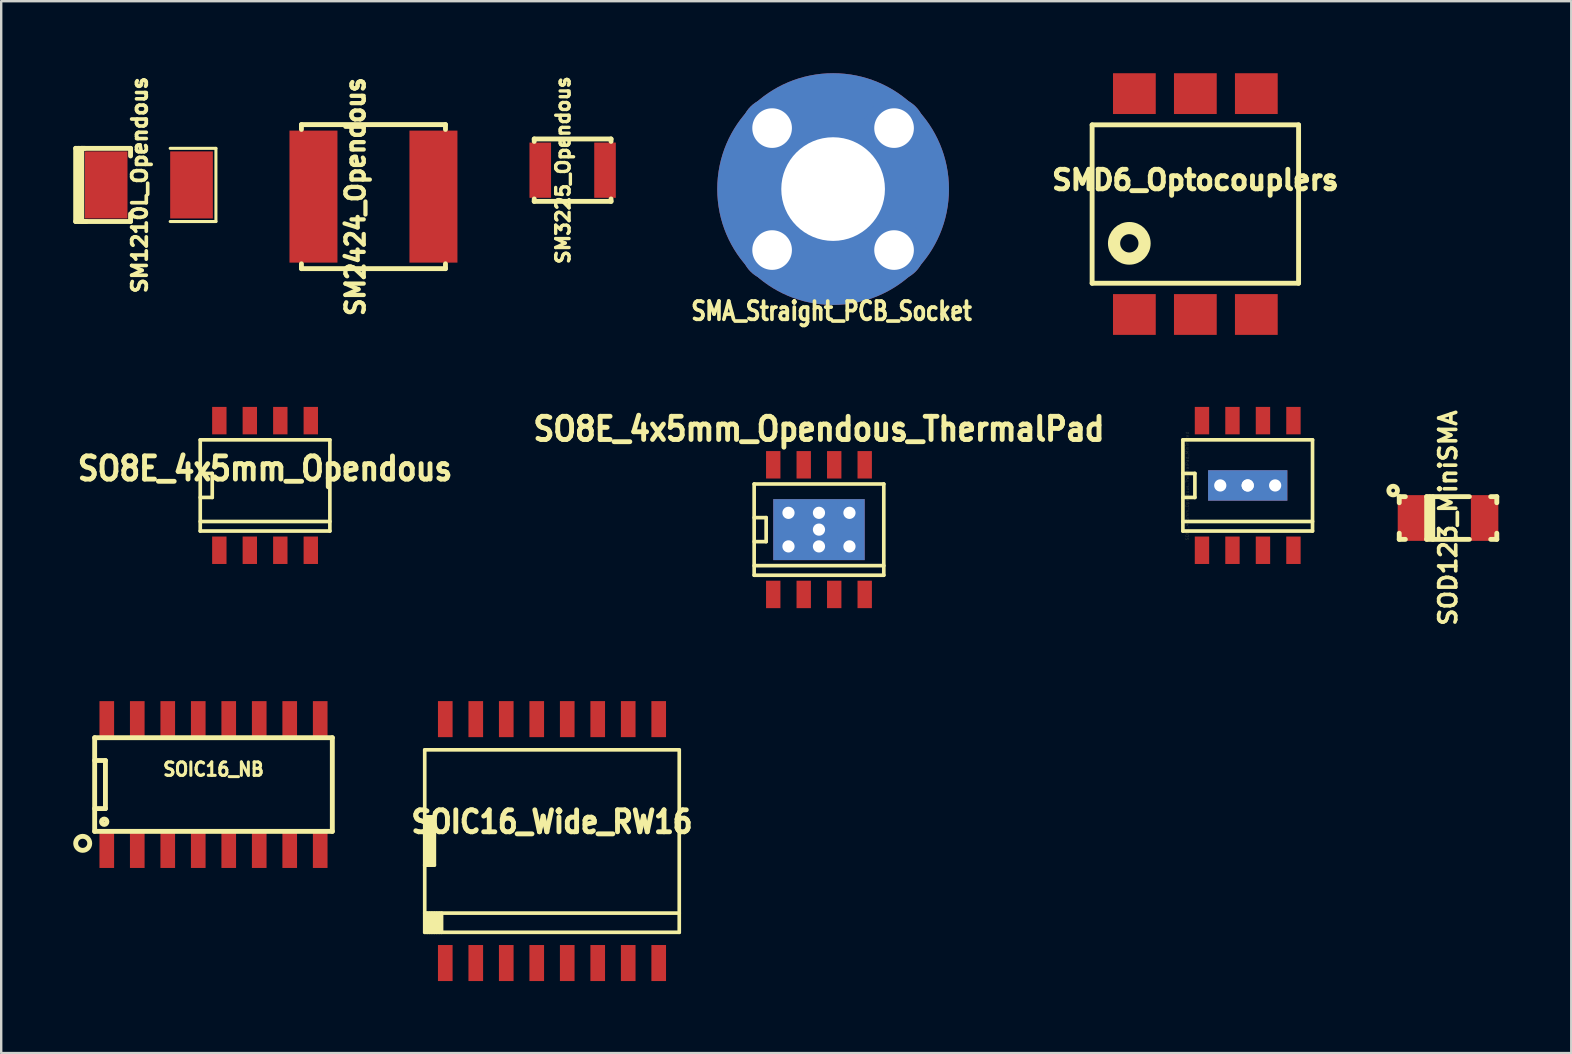
<source format=kicad_pcb>
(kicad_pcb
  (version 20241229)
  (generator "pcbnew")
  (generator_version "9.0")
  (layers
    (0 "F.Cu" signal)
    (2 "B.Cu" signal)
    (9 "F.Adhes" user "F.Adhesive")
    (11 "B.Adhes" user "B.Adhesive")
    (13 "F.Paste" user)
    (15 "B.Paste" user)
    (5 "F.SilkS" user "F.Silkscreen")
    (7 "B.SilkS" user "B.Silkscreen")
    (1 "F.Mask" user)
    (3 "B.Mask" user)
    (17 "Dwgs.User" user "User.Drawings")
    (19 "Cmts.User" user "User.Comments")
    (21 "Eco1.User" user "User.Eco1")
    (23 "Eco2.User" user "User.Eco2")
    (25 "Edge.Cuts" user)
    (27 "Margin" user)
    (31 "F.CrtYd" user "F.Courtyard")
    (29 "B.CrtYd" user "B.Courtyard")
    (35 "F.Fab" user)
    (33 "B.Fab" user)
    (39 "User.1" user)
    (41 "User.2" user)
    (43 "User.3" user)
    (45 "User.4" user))
  (footprint "SMA_Straight_PCB_Socket"
    (layer "F.Cu")
    (at 31.589 4.826)
    (property "Reference" "SMA_Straight_PCB_Socket" (at 0 5.08 0) (layer "F.SilkS") (effects (font (size 0.762 0.61) (thickness 0.203))))
    (attr through_hole)
    (pad "1" thru_hole circle (at 0.064 0) (size 2.54 2.54) (drill 1.651) (layers "*.Cu" "*.Mask" "F.SilkS"))
    (pad "2" thru_hole circle (at -2.477 -2.54) (size 2.54 2.54) (drill 1.651) (layers "*.Cu" "*.Mask"))
    (pad "2" thru_hole circle (at -2.477 2.54) (size 2.54 2.54) (drill 1.651) (layers "*.Cu" "*.Mask"))
    (pad "2" thru_hole circle (at 0.064 0) (size 9.652 9.652) (drill 4.318) (layers "B.Cu"))
    (pad "2" thru_hole circle (at 2.603 -2.54) (size 2.54 2.54) (drill 1.651) (layers "*.Cu" "*.Mask"))
    (pad "2" thru_hole circle (at 2.603 2.54) (size 2.54 2.54) (drill 1.651) (layers "*.Cu" "*.Mask")))
  (footprint "SOIC16_NB"
    (layer "F.Cu")
    (at 5.843 29.63)
    (property "Reference" "SOIC16_NB" (at 0 -0.635 0) (layer "F.SilkS") (effects (font (size 0.559 0.508) (thickness 0.203))))
    (attr smd)
    (fp_line (start -4.95 -1.951) (end -4.95 1.951) (stroke (width 0.203) (type solid)) (layer "F.SilkS"))
    (fp_line (start -4.95 -1.951) (end 4.95 -1.951) (stroke (width 0.203) (type solid)) (layer "F.SilkS"))
    (fp_line (start -4.95 -1.001) (end -4.501 -1.001) (stroke (width 0.203) (type solid)) (layer "F.SilkS"))
    (fp_line (start -4.501 -1.001) (end -4.501 1.001) (stroke (width 0.203) (type solid)) (layer "F.SilkS"))
    (fp_line (start -4.501 1.001) (end -4.95 1.001) (stroke (width 0.203) (type solid)) (layer "F.SilkS"))
    (fp_line (start 4.95 -1.951) (end 4.95 1.951) (stroke (width 0.203) (type solid)) (layer "F.SilkS"))
    (fp_line (start 4.95 1.951) (end -4.95 1.951) (stroke (width 0.203) (type solid)) (layer "F.SilkS"))
    (fp_circle (center -5.448 2.449) (end -5.7 2.598) (stroke (width 0.203) (type solid)) (fill no) (layer "F.SilkS"))
    (fp_circle (center -4.552 1.549) (end -4.45 1.501) (stroke (width 0.203) (type solid)) (fill no) (layer "F.SilkS"))
    (pad "1" smd rect (at -4.445 2.7) (size 0.61 1.549) (layers "F.Cu" "F.Mask" "F.Paste"))
    (pad "2" smd rect (at -3.175 2.7) (size 0.61 1.549) (layers "F.Cu" "F.Mask" "F.Paste"))
    (pad "3" smd rect (at -1.905 2.7) (size 0.61 1.549) (layers "F.Cu" "F.Mask" "F.Paste"))
    (pad "4" smd rect (at -0.635 2.7) (size 0.61 1.549) (layers "F.Cu" "F.Mask" "F.Paste"))
    (pad "5" smd rect (at 0.635 2.7) (size 0.61 1.549) (layers "F.Cu" "F.Mask" "F.Paste"))
    (pad "6" smd rect (at 1.905 2.7) (size 0.61 1.549) (layers "F.Cu" "F.Mask" "F.Paste"))
    (pad "7" smd rect (at 3.175 2.7) (size 0.61 1.549) (layers "F.Cu" "F.Mask" "F.Paste"))
    (pad "8" smd rect (at 4.445 2.7) (size 0.61 1.549) (layers "F.Cu" "F.Mask" "F.Paste"))
    (pad "9" smd rect (at 4.445 -2.7) (size 0.61 1.549) (layers "F.Cu" "F.Mask" "F.Paste"))
    (pad "10" smd rect (at 3.175 -2.7) (size 0.61 1.549) (layers "F.Cu" "F.Mask" "F.Paste"))
    (pad "11" smd rect (at 1.905 -2.7) (size 0.61 1.549) (layers "F.Cu" "F.Mask" "F.Paste"))
    (pad "12" smd rect (at 0.635 -2.7) (size 0.61 1.549) (layers "F.Cu" "F.Mask" "F.Paste"))
    (pad "13" smd rect (at -0.635 -2.7) (size 0.61 1.549) (layers "F.Cu" "F.Mask" "F.Paste"))
    (pad "14" smd rect (at -1.905 -2.7) (size 0.61 1.549) (layers "F.Cu" "F.Mask" "F.Paste"))
    (pad "15" smd rect (at -3.175 -2.7) (size 0.61 1.549) (layers "F.Cu" "F.Mask" "F.Paste"))
    (pad "16" smd rect (at -4.445 -2.7) (size 0.61 1.549) (layers "F.Cu" "F.Mask" "F.Paste")))
  (footprint "SO8E_4x5mm_Opendous_ThermalPad_Minimized"
    (layer "F.Cu")
    (at 48.923 17.171)
    (property "Reference" "SO8E_4x5mm_Opendous_ThermalPad_Minimized" (at -2.517 0.023 90) (layer "F.SilkS") (effects (font (size 0.127 0.127) (thickness 0.003))))
    (attr smd)
    (fp_line (start -2.7 -1.9) (end -2.7 1.9) (stroke (width 0.152) (type solid)) (layer "F.SilkS"))
    (fp_line (start -2.7 -0.5) (end -2.2 -0.5) (stroke (width 0.152) (type solid)) (layer "F.SilkS"))
    (fp_line (start -2.7 1.501) (end 2.7 1.501) (stroke (width 0.152) (type solid)) (layer "F.SilkS"))
    (fp_line (start -2.7 1.9) (end 2.7 1.9) (stroke (width 0.152) (type solid)) (layer "F.SilkS"))
    (fp_line (start -2.2 -0.5) (end -2.2 0.5) (stroke (width 0.152) (type solid)) (layer "F.SilkS"))
    (fp_line (start -2.2 0.5) (end -2.7 0.5) (stroke (width 0.152) (type solid)) (layer "F.SilkS"))
    (fp_line (start 2.7 -1.9) (end -2.7 -1.9) (stroke (width 0.152) (type solid)) (layer "F.SilkS"))
    (fp_line (start 2.7 -1.9) (end 2.7 1.9) (stroke (width 0.152) (type solid)) (layer "F.SilkS"))
    (pad "1" smd rect (at -1.905 2.7) (size 0.599 1.143) (layers "F.Cu" "F.Mask" "F.Paste"))
    (pad "2" smd rect (at -0.635 2.7) (size 0.599 1.143) (layers "F.Cu" "F.Mask" "F.Paste"))
    (pad "3" smd rect (at 0.635 2.7) (size 0.599 1.143) (layers "F.Cu" "F.Mask" "F.Paste"))
    (pad "4" thru_hole rect (at -1.143 0) (size 0.914 0.914) (drill 0.508) (layers "*.Cu" "F.Mask" "F.Paste"))
    (pad "4" thru_hole rect (at 0 0) (size 0.914 0.914) (drill 0.508) (layers "*.Cu" "F.Mask" "F.Paste"))
    (pad "4" thru_hole rect (at 0 0) (size 3.302 1.27) (drill 0.508) (layers "*.Cu" "F.Mask"))
    (pad "4" thru_hole rect (at 1.143 0) (size 0.914 0.914) (drill 0.508) (layers "*.Cu" "F.Mask" "F.Paste"))
    (pad "4" smd rect (at 1.905 2.7) (size 0.599 1.143) (layers "F.Cu" "F.Mask" "F.Paste"))
    (pad "5" smd rect (at 1.905 -2.7) (size 0.599 1.143) (layers "F.Cu" "F.Mask" "F.Paste"))
    (pad "6" smd rect (at 0.635 -2.7) (size 0.599 1.143) (layers "F.Cu" "F.Mask" "F.Paste"))
    (pad "7" smd rect (at -0.635 -2.7) (size 0.599 1.143) (layers "F.Cu" "F.Mask" "F.Paste"))
    (pad "8" smd rect (at -1.905 -2.7) (size 0.599 1.143) (layers "F.Cu" "F.Mask" "F.Paste")))
  (footprint "SO8E_4x5mm_Opendous"
    (layer "F.Cu")
    (at 7.991 17.171)
    (property "Reference" "SO8E_4x5mm_Opendous" (at 0 -0.701 0) (layer "F.SilkS") (effects (font (size 0.965 0.864) (thickness 0.203))))
    (attr smd)
    (fp_line (start -2.7 -1.9) (end -2.7 1.9) (stroke (width 0.152) (type solid)) (layer "F.SilkS"))
    (fp_line (start -2.7 -0.5) (end -2.2 -0.5) (stroke (width 0.152) (type solid)) (layer "F.SilkS"))
    (fp_line (start -2.7 1.501) (end 2.7 1.501) (stroke (width 0.152) (type solid)) (layer "F.SilkS"))
    (fp_line (start -2.7 1.9) (end 2.7 1.9) (stroke (width 0.152) (type solid)) (layer "F.SilkS"))
    (fp_line (start -2.2 -0.5) (end -2.2 0.5) (stroke (width 0.152) (type solid)) (layer "F.SilkS"))
    (fp_line (start -2.2 0.5) (end -2.7 0.5) (stroke (width 0.152) (type solid)) (layer "F.SilkS"))
    (fp_line (start 2.7 -1.9) (end -2.7 -1.9) (stroke (width 0.152) (type solid)) (layer "F.SilkS"))
    (fp_line (start 2.7 -1.9) (end 2.7 1.9) (stroke (width 0.152) (type solid)) (layer "F.SilkS"))
    (pad "1" smd rect (at -1.905 2.7) (size 0.599 1.143) (layers "F.Cu" "F.Mask" "F.Paste"))
    (pad "2" smd rect (at -0.635 2.7) (size 0.599 1.143) (layers "F.Cu" "F.Mask" "F.Paste"))
    (pad "3" smd rect (at 0.635 2.7) (size 0.599 1.143) (layers "F.Cu" "F.Mask" "F.Paste"))
    (pad "4" smd rect (at 1.905 2.7) (size 0.599 1.143) (layers "F.Cu" "F.Mask" "F.Paste"))
    (pad "5" smd rect (at 1.905 -2.7) (size 0.599 1.143) (layers "F.Cu" "F.Mask" "F.Paste"))
    (pad "6" smd rect (at 0.635 -2.7) (size 0.599 1.143) (layers "F.Cu" "F.Mask" "F.Paste"))
    (pad "7" smd rect (at -0.635 -2.7) (size 0.599 1.143) (layers "F.Cu" "F.Mask" "F.Paste"))
    (pad "8" smd rect (at -1.905 -2.7) (size 0.599 1.143) (layers "F.Cu" "F.Mask" "F.Paste")))
  (footprint "SO8E_4x5mm_Opendous_ThermalPad"
    (layer "F.Cu")
    (at 31.064 19.011)
    (property "Reference" "SO8E_4x5mm_Opendous_ThermalPad" (at 0 -4.191 0) (layer "F.SilkS") (effects (font (size 0.965 0.864) (thickness 0.203))))
    (attr smd)
    (fp_line (start -2.7 -1.9) (end -2.7 1.9) (stroke (width 0.152) (type solid)) (layer "F.SilkS"))
    (fp_line (start -2.7 -0.5) (end -2.2 -0.5) (stroke (width 0.152) (type solid)) (layer "F.SilkS"))
    (fp_line (start -2.7 1.501) (end 2.7 1.501) (stroke (width 0.152) (type solid)) (layer "F.SilkS"))
    (fp_line (start -2.7 1.9) (end 2.7 1.9) (stroke (width 0.152) (type solid)) (layer "F.SilkS"))
    (fp_line (start -2.2 -0.5) (end -2.2 0.5) (stroke (width 0.152) (type solid)) (layer "F.SilkS"))
    (fp_line (start -2.2 0.5) (end -2.7 0.5) (stroke (width 0.152) (type solid)) (layer "F.SilkS"))
    (fp_line (start 2.7 -1.9) (end -2.7 -1.9) (stroke (width 0.152) (type solid)) (layer "F.SilkS"))
    (fp_line (start 2.7 -1.9) (end 2.7 1.9) (stroke (width 0.152) (type solid)) (layer "F.SilkS"))
    (pad "1" smd rect (at -1.905 2.7) (size 0.599 1.143) (layers "F.Cu" "F.Mask" "F.Paste"))
    (pad "2" smd rect (at -0.635 2.7) (size 0.599 1.143) (layers "F.Cu" "F.Mask" "F.Paste"))
    (pad "3" smd rect (at 0.635 2.7) (size 0.599 1.143) (layers "F.Cu" "F.Mask" "F.Paste"))
    (pad "4" thru_hole rect (at -1.27 -0.699) (size 1.016 1.016) (drill 0.508) (layers "*.Cu" "F.Mask"))
    (pad "4" thru_hole rect (at -1.27 0.699) (size 1.016 1.016) (drill 0.508) (layers "*.Cu" "F.Mask"))
    (pad "4" thru_hole rect (at 0 -0.699) (size 1.016 1.016) (drill 0.508) (layers "*.Cu" "F.Mask"))
    (pad "4" thru_hole rect (at 0 0) (size 3.81 2.54) (drill 0.508) (layers "*.Cu" "F.Mask"))
    (pad "4" thru_hole rect (at 0 0.699) (size 1.016 1.016) (drill 0.508) (layers "*.Cu" "F.Mask"))
    (pad "4" thru_hole rect (at 1.27 -0.699) (size 1.016 1.016) (drill 0.508) (layers "*.Cu" "F.Mask"))
    (pad "4" thru_hole rect (at 1.27 0.699) (size 1.016 1.016) (drill 0.508) (layers "*.Cu" "F.Mask"))
    (pad "4" smd rect (at 1.905 2.7) (size 0.599 1.143) (layers "F.Cu" "F.Mask" "F.Paste"))
    (pad "5" smd rect (at 1.905 -2.7) (size 0.599 1.143) (layers "F.Cu" "F.Mask" "F.Paste"))
    (pad "6" smd rect (at 0.635 -2.7) (size 0.599 1.143) (layers "F.Cu" "F.Mask" "F.Paste"))
    (pad "7" smd rect (at -0.635 -2.7) (size 0.599 1.143) (layers "F.Cu" "F.Mask" "F.Paste"))
    (pad "8" smd rect (at -1.905 -2.7) (size 0.599 1.143) (layers "F.Cu" "F.Mask" "F.Paste")))
  (footprint "SM2424_Opendous"
    (layer "F.Cu")
    (at 12.506 5.14)
    (property "Reference" "SM2424_Opendous" (at -0.749 0 90) (layer "F.SilkS") (effects (font (size 0.762 0.711) (thickness 0.178))))
    (attr smd)
    (fp_line (start -3 -3) (end -3 -2.799) (stroke (width 0.203) (type solid)) (layer "F.SilkS"))
    (fp_line (start -3 3) (end -3 2.799) (stroke (width 0.203) (type solid)) (layer "F.SilkS"))
    (fp_line (start -3 3) (end 3 3) (stroke (width 0.203) (type solid)) (layer "F.SilkS"))
    (fp_line (start 3 -3) (end -3 -3) (stroke (width 0.203) (type solid)) (layer "F.SilkS"))
    (fp_line (start 3 -3) (end 3 -2.799) (stroke (width 0.203) (type solid)) (layer "F.SilkS"))
    (fp_line (start 3 3) (end 3 2.799) (stroke (width 0.203) (type solid)) (layer "F.SilkS"))
    (pad "1" smd rect (at -2.499 0) (size 1.999 5.499) (layers "F.Cu" "F.Mask" "F.Paste"))
    (pad "2" smd rect (at 2.499 0) (size 1.999 5.499) (layers "F.Cu" "F.Mask" "F.Paste")))
  (footprint "SOIC16_Wide_RW16"
    (layer "F.Cu")
    (at 19.943 31.985)
    (property "Reference" "SOIC16_Wide_RW16" (at 0 -0.8 0) (layer "F.SilkS") (effects (font (size 0.914 0.813) (thickness 0.203))))
    (attr smd)
    (fp_line (start -5.301 -3.8) (end -5.301 3.8) (stroke (width 0.152) (type solid)) (layer "F.SilkS"))
    (fp_line (start -5.301 -1.001) (end -5.001 -1.001) (stroke (width 0.152) (type solid)) (layer "F.SilkS"))
    (fp_line (start -5.301 3) (end 5.301 3) (stroke (width 0.152) (type solid)) (layer "F.SilkS"))
    (fp_line (start -5.301 3.8) (end 5.301 3.8) (stroke (width 0.152) (type solid)) (layer "F.SilkS"))
    (fp_line (start -5.199 1.001) (end -5.199 -1.001) (stroke (width 0.152) (type solid)) (layer "F.SilkS"))
    (fp_line (start -5.199 3) (end -5.199 3.8) (stroke (width 0.152) (type solid)) (layer "F.SilkS"))
    (fp_line (start -5.1 -1.001) (end -5.1 1.001) (stroke (width 0.152) (type solid)) (layer "F.SilkS"))
    (fp_line (start -5.1 3) (end -5.1 3.8) (stroke (width 0.152) (type solid)) (layer "F.SilkS"))
    (fp_line (start -5.001 -1.001) (end -5.001 1.001) (stroke (width 0.152) (type solid)) (layer "F.SilkS"))
    (fp_line (start -5.001 1.001) (end -5.301 1.001) (stroke (width 0.152) (type solid)) (layer "F.SilkS"))
    (fp_line (start -5.001 3) (end -5.001 3.8) (stroke (width 0.152) (type solid)) (layer "F.SilkS"))
    (fp_line (start -4.9 -1.001) (end -5.301 -1.001) (stroke (width 0.152) (type solid)) (layer "F.SilkS"))
    (fp_line (start -4.9 -1.001) (end -4.9 1.001) (stroke (width 0.152) (type solid)) (layer "F.SilkS"))
    (fp_line (start -4.9 1.001) (end -5.301 1.001) (stroke (width 0.152) (type solid)) (layer "F.SilkS"))
    (fp_line (start -4.9 3) (end -4.9 3.8) (stroke (width 0.152) (type solid)) (layer "F.SilkS"))
    (fp_line (start -4.801 3.8) (end -4.801 3) (stroke (width 0.152) (type solid)) (layer "F.SilkS"))
    (fp_line (start -4.699 3) (end -4.699 3.8) (stroke (width 0.152) (type solid)) (layer "F.SilkS"))
    (fp_line (start -4.6 3) (end -4.6 3.8) (stroke (width 0.152) (type solid)) (layer "F.SilkS"))
    (fp_line (start 5.301 -3.8) (end -5.301 -3.8) (stroke (width 0.152) (type solid)) (layer "F.SilkS"))
    (fp_line (start 5.301 3.8) (end 5.301 -3.8) (stroke (width 0.152) (type solid)) (layer "F.SilkS"))
    (pad "1" smd rect (at -4.445 5.08) (size 0.61 1.501) (layers "F.Cu" "F.Mask" "F.Paste"))
    (pad "2" smd rect (at -3.175 5.08) (size 0.61 1.501) (layers "F.Cu" "F.Mask" "F.Paste"))
    (pad "3" smd rect (at -1.905 5.08) (size 0.61 1.501) (layers "F.Cu" "F.Mask" "F.Paste"))
    (pad "4" smd rect (at -0.635 5.08) (size 0.61 1.501) (layers "F.Cu" "F.Mask" "F.Paste"))
    (pad "5" smd rect (at 0.635 5.08) (size 0.61 1.501) (layers "F.Cu" "F.Mask" "F.Paste"))
    (pad "6" smd rect (at 1.905 5.08) (size 0.61 1.501) (layers "F.Cu" "F.Mask" "F.Paste"))
    (pad "7" smd rect (at 3.175 5.08) (size 0.61 1.501) (layers "F.Cu" "F.Mask" "F.Paste"))
    (pad "8" smd rect (at 4.445 5.08) (size 0.61 1.501) (layers "F.Cu" "F.Mask" "F.Paste"))
    (pad "9" smd rect (at 4.445 -5.08) (size 0.61 1.501) (layers "F.Cu" "F.Mask" "F.Paste"))
    (pad "10" smd rect (at 3.175 -5.08) (size 0.61 1.501) (layers "F.Cu" "F.Mask" "F.Paste"))
    (pad "11" smd rect (at 1.905 -5.08) (size 0.61 1.501) (layers "F.Cu" "F.Mask" "F.Paste"))
    (pad "12" smd rect (at 0.635 -5.08) (size 0.61 1.501) (layers "F.Cu" "F.Mask" "F.Paste"))
    (pad "13" smd rect (at -0.635 -5.08) (size 0.61 1.501) (layers "F.Cu" "F.Mask" "F.Paste"))
    (pad "14" smd rect (at -1.905 -5.08) (size 0.61 1.501) (layers "F.Cu" "F.Mask" "F.Paste"))
    (pad "15" smd rect (at -3.175 -5.08) (size 0.61 1.501) (layers "F.Cu" "F.Mask" "F.Paste"))
    (pad "16" smd rect (at -4.445 -5.08) (size 0.61 1.501) (layers "F.Cu" "F.Mask" "F.Paste")))
  (footprint "SOD123_MiniSMA"
    (layer "F.Cu")
    (at 57.267 18.527)
    (property "Reference" "SOD123_MiniSMA" (at 0 0 90) (layer "F.SilkS") (effects (font (size 0.711 0.711) (thickness 0.152))))
    (attr smd)
    (fp_line (start -2.032 -0.889) (end -2.032 -0.635) (stroke (width 0.203) (type solid)) (layer "F.SilkS"))
    (fp_line (start -2.032 -0.889) (end -1.778 -0.889) (stroke (width 0.203) (type solid)) (layer "F.SilkS"))
    (fp_line (start -2.032 0.635) (end -2.032 0.889) (stroke (width 0.203) (type solid)) (layer "F.SilkS"))
    (fp_line (start -2.032 0.889) (end -1.778 0.889) (stroke (width 0.203) (type solid)) (layer "F.SilkS"))
    (fp_line (start -0.889 -0.889) (end -0.889 0.889) (stroke (width 0.203) (type solid)) (layer "F.SilkS"))
    (fp_line (start -0.889 0.889) (end 0.889 0.889) (stroke (width 0.203) (type solid)) (layer "F.SilkS"))
    (fp_line (start -0.762 0.762) (end -0.762 -0.889) (stroke (width 0.203) (type solid)) (layer "F.SilkS"))
    (fp_line (start -0.635 -0.889) (end -0.635 0.889) (stroke (width 0.203) (type solid)) (layer "F.SilkS"))
    (fp_line (start 0.889 -0.889) (end -0.889 -0.889) (stroke (width 0.203) (type solid)) (layer "F.SilkS"))
    (fp_line (start 2.032 -0.889) (end 1.778 -0.889) (stroke (width 0.203) (type solid)) (layer "F.SilkS"))
    (fp_line (start 2.032 -0.635) (end 2.032 -0.889) (stroke (width 0.203) (type solid)) (layer "F.SilkS"))
    (fp_line (start 2.032 0.635) (end 2.032 0.889) (stroke (width 0.203) (type solid)) (layer "F.SilkS"))
    (fp_line (start 2.032 0.889) (end 1.778 0.889) (stroke (width 0.203) (type solid)) (layer "F.SilkS"))
    (fp_circle (center -2.286 -1.143) (end -2.413 -1.27) (stroke (width 0.203) (type solid)) (fill no) (layer "F.SilkS"))
    (pad "1" smd rect (at -1.524 0) (size 1.143 1.905) (layers "F.Cu" "F.Mask" "F.Paste"))
    (pad "2" smd rect (at 1.524 0) (size 1.143 1.905) (layers "F.Cu" "F.Mask" "F.Paste")))
  (footprint "SM3225_Opendous"
    (layer "F.Cu")
    (at 20.803 4.039)
    (property "Reference" "SM3225_Opendous" (at -0.399 0 90) (layer "F.SilkS") (effects (font (size 0.559 0.559) (thickness 0.14))))
    (attr through_hole)
    (fp_line (start -1.6 -1.3) (end -1.6 -1.199) (stroke (width 0.203) (type solid)) (layer "F.SilkS"))
    (fp_line (start -1.6 1.3) (end -1.6 1.199) (stroke (width 0.203) (type solid)) (layer "F.SilkS"))
    (fp_line (start -1.6 1.3) (end 1.6 1.3) (stroke (width 0.203) (type solid)) (layer "F.SilkS"))
    (fp_line (start 1.6 -1.3) (end -1.6 -1.3) (stroke (width 0.203) (type solid)) (layer "F.SilkS"))
    (fp_line (start 1.6 -1.3) (end 1.6 -1.199) (stroke (width 0.203) (type solid)) (layer "F.SilkS"))
    (fp_line (start 1.6 1.3) (end 1.6 1.199) (stroke (width 0.203) (type solid)) (layer "F.SilkS"))
    (pad "1" smd rect (at -1.349 0) (size 0.899 2.301) (layers "F.Cu" "F.Mask"))
    (pad "2" smd rect (at 1.349 0) (size 0.899 2.301) (layers "F.Cu" "F.Mask")))
  (footprint "SMD6_Optocouplers"
    (layer "F.Cu")
    (at 46.742 5.45)
    (property "Reference" "SMD6_Optocouplers" (at 0 -1.001 0) (layer "F.SilkS") (effects (font (size 0.813 0.813) (thickness 0.203))))
    (attr through_hole)
    (fp_line (start -4.3 -3.299) (end -4.3 3.299) (stroke (width 0.203) (type solid)) (layer "F.SilkS"))
    (fp_line (start -4.3 3.299) (end 4.3 3.299) (stroke (width 0.203) (type solid)) (layer "F.SilkS"))
    (fp_line (start 4.3 -3.299) (end -4.3 -3.299) (stroke (width 0.203) (type solid)) (layer "F.SilkS"))
    (fp_line (start 4.3 3.299) (end 4.3 -3.299) (stroke (width 0.203) (type solid)) (layer "F.SilkS"))
    (fp_circle (center -2.751 1.636) (end -2.751 1.001) (stroke (width 0.508) (type solid)) (fill no) (layer "F.SilkS"))
    (pad "1" smd rect (at -2.54 4.6) (size 1.781 1.699) (layers "F.Cu" "F.Mask" "F.Paste"))
    (pad "2" smd rect (at 0 4.6) (size 1.781 1.699) (layers "F.Cu" "F.Mask" "F.Paste"))
    (pad "3" smd rect (at 2.54 4.6) (size 1.781 1.699) (layers "F.Cu" "F.Mask" "F.Paste"))
    (pad "4" smd rect (at 2.54 -4.6) (size 1.781 1.699) (layers "F.Cu" "F.Mask" "F.Paste"))
    (pad "5" smd rect (at 0 -4.6) (size 1.781 1.699) (layers "F.Cu" "F.Mask" "F.Paste"))
    (pad "6" smd rect (at -2.54 -4.6) (size 1.781 1.699) (layers "F.Cu" "F.Mask" "F.Paste")))
  (footprint "SM1210L_Opendous"
    (layer "F.Cu")
    (at 3.15 4.653)
    (property "Reference" "SM1210L_Opendous" (at -0.381 0 90) (layer "F.SilkS") (effects (font (size 0.61 0.61) (thickness 0.152))))
    (attr smd)
    (fp_line (start -3.048 -1.524) (end -2.667 -1.524) (stroke (width 0.203) (type solid)) (layer "F.SilkS"))
    (fp_line (start -3.048 1.524) (end -3.048 -1.524) (stroke (width 0.203) (type solid)) (layer "F.SilkS"))
    (fp_line (start -2.921 -1.524) (end -2.921 1.524) (stroke (width 0.203) (type solid)) (layer "F.SilkS"))
    (fp_line (start -2.794 -1.524) (end -2.794 1.524) (stroke (width 0.127) (type solid)) (layer "F.SilkS"))
    (fp_line (start -2.794 -1.524) (end -2.794 1.524) (stroke (width 0.203) (type solid)) (layer "F.SilkS"))
    (fp_line (start -2.794 1.524) (end -0.762 1.524) (stroke (width 0.127) (type solid)) (layer "F.SilkS"))
    (fp_line (start -2.794 1.524) (end -0.762 1.524) (stroke (width 0.203) (type solid)) (layer "F.SilkS"))
    (fp_line (start -2.603 1.524) (end -3.048 1.524) (stroke (width 0.203) (type solid)) (layer "F.SilkS"))
    (fp_line (start -0.762 -1.524) (end -2.794 -1.524) (stroke (width 0.127) (type solid)) (layer "F.SilkS"))
    (fp_line (start -0.762 -1.524) (end -2.794 -1.524) (stroke (width 0.203) (type solid)) (layer "F.SilkS"))
    (fp_line (start -0.762 -1.524) (end -0.762 -1.206) (stroke (width 0.203) (type solid)) (layer "F.SilkS"))
    (fp_line (start -0.762 1.524) (end -0.762 1.206) (stroke (width 0.203) (type solid)) (layer "F.SilkS"))
    (fp_line (start 0.889 1.524) (end 2.794 1.524) (stroke (width 0.127) (type solid)) (layer "F.SilkS"))
    (fp_line (start 2.794 -1.524) (end 0.889 -1.524) (stroke (width 0.127) (type solid)) (layer "F.SilkS"))
    (fp_line (start 2.794 1.524) (end 2.794 -1.524) (stroke (width 0.127) (type solid)) (layer "F.SilkS"))
    (pad "1" smd rect (at -1.778 0) (size 1.778 2.794) (layers "F.Cu" "F.Mask" "F.Paste"))
    (pad "2" smd rect (at 1.778 0) (size 1.778 2.794) (layers "F.Cu" "F.Mask" "F.Paste")))
  (gr_rect
    (start -3 -3)
    (end 62.4 40.816)
    (stroke (width 0.1) (type default))
    (fill no)
    (layer "Edge.Cuts")))
</source>
